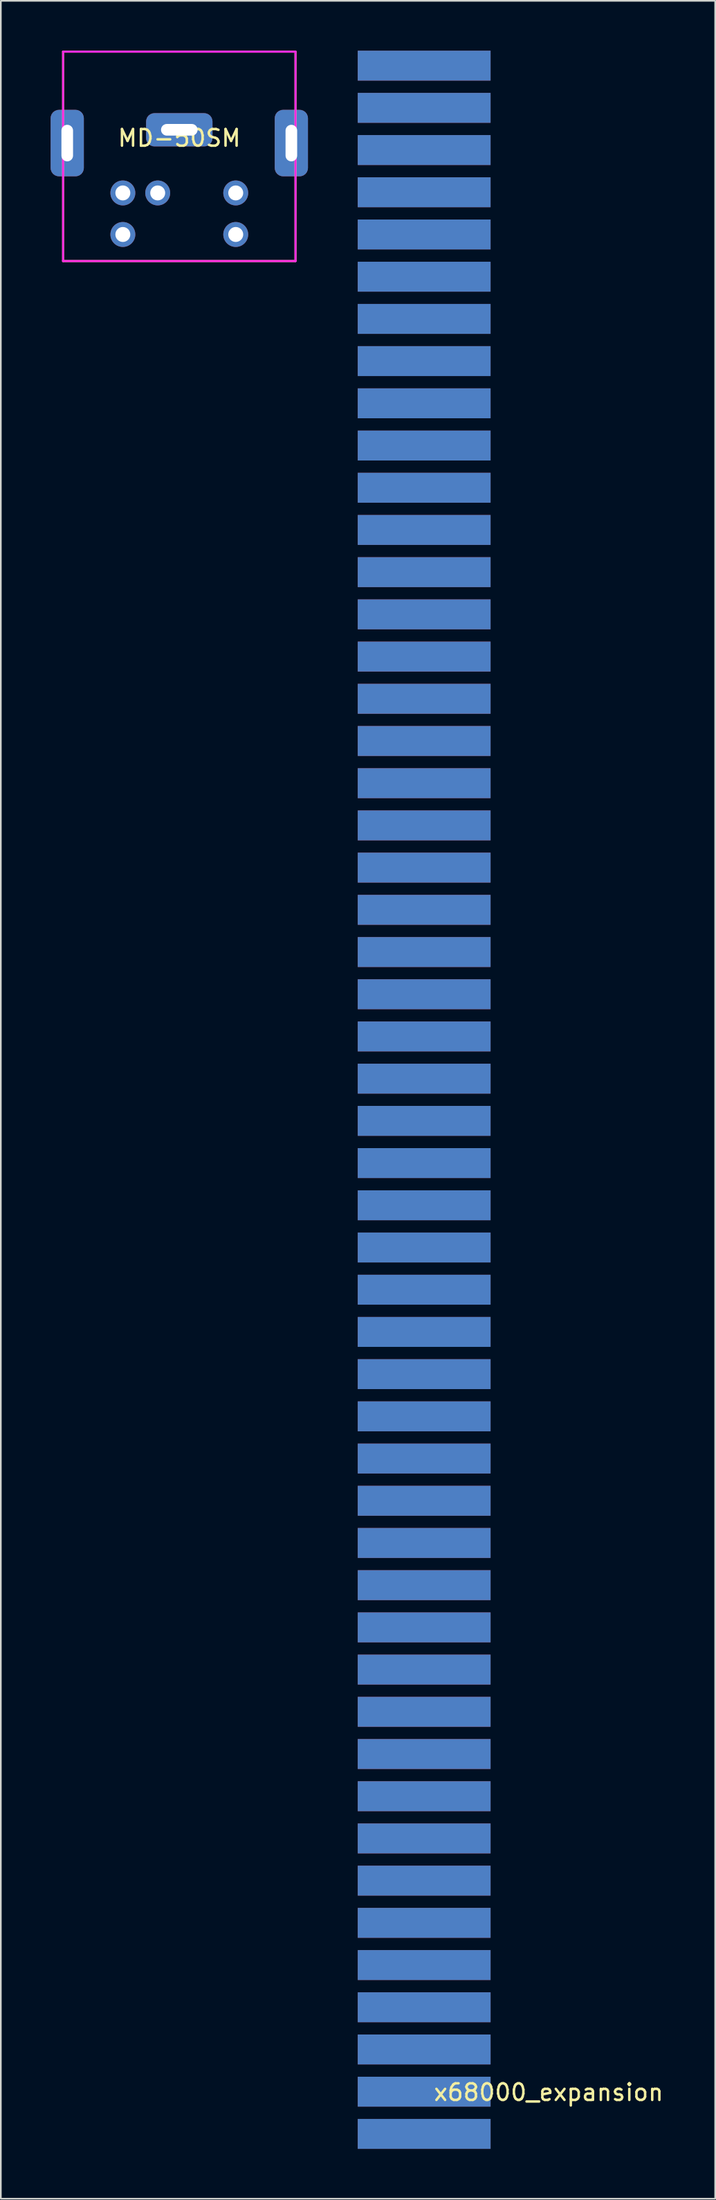
<source format=kicad_pcb>
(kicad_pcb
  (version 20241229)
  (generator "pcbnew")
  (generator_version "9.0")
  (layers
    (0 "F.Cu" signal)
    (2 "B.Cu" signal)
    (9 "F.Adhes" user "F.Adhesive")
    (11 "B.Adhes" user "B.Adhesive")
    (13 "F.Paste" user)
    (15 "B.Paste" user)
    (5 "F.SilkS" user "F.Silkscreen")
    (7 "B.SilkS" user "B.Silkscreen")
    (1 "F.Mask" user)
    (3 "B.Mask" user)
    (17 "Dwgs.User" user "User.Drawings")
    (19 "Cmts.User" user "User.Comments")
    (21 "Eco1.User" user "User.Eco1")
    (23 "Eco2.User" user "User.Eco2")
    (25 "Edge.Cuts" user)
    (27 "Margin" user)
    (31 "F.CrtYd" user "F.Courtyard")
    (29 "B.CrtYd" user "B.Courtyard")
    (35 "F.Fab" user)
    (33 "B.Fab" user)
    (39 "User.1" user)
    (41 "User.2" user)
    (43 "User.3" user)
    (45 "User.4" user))
  (footprint "MD-50SM"
    (layer "F.Cu")
    (at 7.75 4.76)
    (property "Reference" "MD-50SM" (at 0 0.5 0) (unlocked yes) (layer "F.SilkS") (effects (font (size 1 1) (thickness 0.15))))
    (attr through_hole)
    (fp_line (start -7 -4.7) (end -7 7.9) (stroke (width 0.12) (type solid)) (layer "F.SilkS"))
    (fp_line (start -7 7.9) (end 7 7.9) (stroke (width 0.12) (type solid)) (layer "F.SilkS"))
    (fp_line (start 7 -4.7) (end -7 -4.7) (stroke (width 0.12) (type solid)) (layer "F.SilkS"))
    (fp_line (start 7 7.9) (end 7 -4.7) (stroke (width 0.12) (type solid)) (layer "F.SilkS"))
    (fp_line (start -7 -4.7) (end -7 7.9) (stroke (width 0.12) (type solid)) (layer "F.CrtYd"))
    (fp_line (start -7 -4.7) (end 7 -4.7) (stroke (width 0.12) (type solid)) (layer "F.CrtYd"))
    (fp_line (start -7 7.9) (end 7 7.9) (stroke (width 0.12) (type solid)) (layer "F.CrtYd"))
    (fp_line (start 7 7.9) (end 7 -4.7) (stroke (width 0.12) (type solid)) (layer "F.CrtYd"))
    (pad "0" thru_hole roundrect (at -6.75 0.8) (size 2 4) (drill oval 0.7 2.2) (layers "*.Cu" "*.Mask") (roundrect_rratio 0.25))
    (pad "0" thru_hole roundrect (at 0 0) (size 4 2) (drill oval 2.2 0.7) (layers "*.Cu" "*.Mask") (roundrect_rratio 0.25))
    (pad "0" thru_hole roundrect (at 6.75 0.8) (size 2 4) (drill oval 0.7 2.2) (layers "*.Cu" "*.Mask") (roundrect_rratio 0.25))
    (pad "1" thru_hole circle (at -1.3 3.8) (size 1.5 1.5) (drill 0.9) (layers "*.Cu" "*.Mask"))
    (pad "2" thru_hole circle (at -3.4 3.8) (size 1.5 1.5) (drill 0.9) (layers "*.Cu" "*.Mask"))
    (pad "3" thru_hole circle (at 3.4 3.8) (size 1.5 1.5) (drill 0.9) (layers "*.Cu" "*.Mask"))
    (pad "4" thru_hole circle (at -3.4 6.3) (size 1.5 1.5) (drill 0.9) (layers "*.Cu" "*.Mask"))
    (pad "5" thru_hole circle (at 3.4 6.3) (size 1.5 1.5) (drill 0.9) (layers "*.Cu" "*.Mask")))
  (footprint "x68000_expansion"
    (layer "F.Cu")
    (at 22.5 125.36)
    (property "Reference" "x68000_expansion" (at 7.5 -2.5 0) (layer "F.SilkS") (effects (font (size 1 1) (thickness 0.15))))
    (attr through_hole)
    (pad "A1" connect rect (at 0 0) (size 8 1.8) (layers "F.Cu" "F.Mask"))
    (pad "A2" connect rect (at 0 -2.54) (size 8 1.8) (layers "F.Cu" "F.Mask"))
    (pad "A3" connect rect (at 0 -5.08) (size 8 1.8) (layers "F.Cu" "F.Mask"))
    (pad "A4" connect rect (at 0 -7.62) (size 8 1.8) (layers "F.Cu" "F.Mask"))
    (pad "A5" connect rect (at 0 -10.16) (size 8 1.8) (layers "F.Cu" "F.Mask"))
    (pad "A6" connect rect (at 0 -12.7) (size 8 1.8) (layers "F.Cu" "F.Mask"))
    (pad "A7" connect rect (at 0 -15.24) (size 8 1.8) (layers "F.Cu" "F.Mask"))
    (pad "A8" connect rect (at 0 -17.78) (size 8 1.8) (layers "F.Cu" "F.Mask"))
    (pad "A9" connect rect (at 0 -20.32) (size 8 1.8) (layers "F.Cu" "F.Mask"))
    (pad "A10" connect rect (at 0 -22.86) (size 8 1.8) (layers "F.Cu" "F.Mask"))
    (pad "A11" connect rect (at 0 -25.4) (size 8 1.8) (layers "F.Cu" "F.Mask"))
    (pad "A12" connect rect (at 0 -27.94) (size 8 1.8) (layers "F.Cu" "F.Mask"))
    (pad "A13" connect rect (at 0 -30.48) (size 8 1.8) (layers "F.Cu" "F.Mask"))
    (pad "A14" connect rect (at 0 -33.02) (size 8 1.8) (layers "F.Cu" "F.Mask"))
    (pad "A15" connect rect (at 0 -35.56) (size 8 1.8) (layers "F.Cu" "F.Mask"))
    (pad "A16" connect rect (at 0 -38.1) (size 8 1.8) (layers "F.Cu" "F.Mask"))
    (pad "A17" connect rect (at 0 -40.64) (size 8 1.8) (layers "F.Cu" "F.Mask"))
    (pad "A18" connect rect (at 0 -43.18) (size 8 1.8) (layers "F.Cu" "F.Mask"))
    (pad "A19" connect rect (at 0 -45.72) (size 8 1.8) (layers "F.Cu" "F.Mask"))
    (pad "A20" connect rect (at 0 -48.26) (size 8 1.8) (layers "F.Cu" "F.Mask"))
    (pad "A21" connect rect (at 0 -50.8) (size 8 1.8) (layers "F.Cu" "F.Mask"))
    (pad "A22" connect rect (at 0 -53.34) (size 8 1.8) (layers "F.Cu" "F.Mask"))
    (pad "A23" connect rect (at 0 -55.88) (size 8 1.8) (layers "F.Cu" "F.Mask"))
    (pad "A24" connect rect (at 0 -58.42) (size 8 1.8) (layers "F.Cu" "F.Mask"))
    (pad "A25" connect rect (at 0 -60.96) (size 8 1.8) (layers "F.Cu" "F.Mask"))
    (pad "A26" connect rect (at 0 -63.5) (size 8 1.8) (layers "F.Cu" "F.Mask"))
    (pad "A27" connect rect (at 0 -66.04) (size 8 1.8) (layers "F.Cu" "F.Mask"))
    (pad "A28" connect rect (at 0 -68.58) (size 8 1.8) (layers "F.Cu" "F.Mask"))
    (pad "A29" connect rect (at 0 -71.12) (size 8 1.8) (layers "F.Cu" "F.Mask"))
    (pad "A30" connect rect (at 0 -73.66) (size 8 1.8) (layers "F.Cu" "F.Mask"))
    (pad "A31" connect rect (at 0 -76.2) (size 8 1.8) (layers "F.Cu" "F.Mask"))
    (pad "A32" connect rect (at 0 -78.74) (size 8 1.8) (layers "F.Cu" "F.Mask"))
    (pad "A33" connect rect (at 0 -81.28) (size 8 1.8) (layers "F.Cu" "F.Mask"))
    (pad "A34" connect rect (at 0 -83.82) (size 8 1.8) (layers "F.Cu" "F.Mask"))
    (pad "A35" connect rect (at 0 -86.36) (size 8 1.8) (layers "F.Cu" "F.Mask"))
    (pad "A36" connect rect (at 0 -88.9) (size 8 1.8) (layers "F.Cu" "F.Mask"))
    (pad "A37" connect rect (at 0 -91.44) (size 8 1.8) (layers "F.Cu" "F.Mask"))
    (pad "A38" connect rect (at 0 -93.98) (size 8 1.8) (layers "F.Cu" "F.Mask"))
    (pad "A39" connect rect (at 0 -96.52) (size 8 1.8) (layers "F.Cu" "F.Mask"))
    (pad "A40" connect rect (at 0 -99.06) (size 8 1.8) (layers "F.Cu" "F.Mask"))
    (pad "A41" connect rect (at 0 -101.6) (size 8 1.8) (layers "F.Cu" "F.Mask"))
    (pad "A42" connect rect (at 0 -104.14) (size 8 1.8) (layers "F.Cu" "F.Mask"))
    (pad "A43" connect rect (at 0 -106.68) (size 8 1.8) (layers "F.Cu" "F.Mask"))
    (pad "A44" connect rect (at 0 -109.22) (size 8 1.8) (layers "F.Cu" "F.Mask"))
    (pad "A45" connect rect (at 0 -111.76) (size 8 1.8) (layers "F.Cu" "F.Mask"))
    (pad "A46" connect rect (at 0 -114.3) (size 8 1.8) (layers "F.Cu" "F.Mask"))
    (pad "A47" connect rect (at 0 -116.84) (size 8 1.8) (layers "F.Cu" "F.Mask"))
    (pad "A48" connect rect (at 0 -119.38) (size 8 1.8) (layers "F.Cu" "F.Mask"))
    (pad "A49" connect rect (at 0 -121.92) (size 8 1.8) (layers "F.Cu" "F.Mask"))
    (pad "A50" connect rect (at 0 -124.46) (size 8 1.8) (layers "F.Cu" "F.Mask"))
    (pad "B1" connect rect (at 0 0) (size 8 1.8) (layers "B.Cu" "B.Mask"))
    (pad "B2" connect rect (at 0 -2.54) (size 8 1.8) (layers "B.Cu" "B.Mask"))
    (pad "B3" connect rect (at 0 -5.08) (size 8 1.8) (layers "B.Cu" "B.Mask"))
    (pad "B4" connect rect (at 0 -7.62) (size 8 1.8) (layers "B.Cu" "B.Mask"))
    (pad "B5" connect rect (at 0 -10.16) (size 8 1.8) (layers "B.Cu" "B.Mask"))
    (pad "B6" connect rect (at 0 -12.7) (size 8 1.8) (layers "B.Cu" "B.Mask"))
    (pad "B7" connect rect (at 0 -15.24) (size 8 1.8) (layers "B.Cu" "B.Mask"))
    (pad "B8" connect rect (at 0 -17.78) (size 8 1.8) (layers "B.Cu" "B.Mask"))
    (pad "B9" connect rect (at 0 -20.32) (size 8 1.8) (layers "B.Cu" "B.Mask"))
    (pad "B10" connect rect (at 0 -22.86) (size 8 1.8) (layers "B.Cu" "B.Mask"))
    (pad "B11" connect rect (at 0 -25.4) (size 8 1.8) (layers "B.Cu" "B.Mask"))
    (pad "B12" connect rect (at 0 -27.94) (size 8 1.8) (layers "B.Cu" "B.Mask"))
    (pad "B13" connect rect (at 0 -30.48) (size 8 1.8) (layers "B.Cu" "B.Mask"))
    (pad "B14" connect rect (at 0 -33.02) (size 8 1.8) (layers "B.Cu" "B.Mask"))
    (pad "B15" connect rect (at 0 -35.56) (size 8 1.8) (layers "B.Cu" "B.Mask"))
    (pad "B16" connect rect (at 0 -38.1) (size 8 1.8) (layers "B.Cu" "B.Mask"))
    (pad "B17" connect rect (at 0 -40.64) (size 8 1.8) (layers "B.Cu" "B.Mask"))
    (pad "B18" connect rect (at 0 -43.18) (size 8 1.8) (layers "B.Cu" "B.Mask"))
    (pad "B19" connect rect (at 0 -45.72) (size 8 1.8) (layers "B.Cu" "B.Mask"))
    (pad "B20" connect rect (at 0 -48.26) (size 8 1.8) (layers "B.Cu" "B.Mask"))
    (pad "B21" connect rect (at 0 -50.8) (size 8 1.8) (layers "B.Cu" "B.Mask"))
    (pad "B22" connect rect (at 0 -53.34) (size 8 1.8) (layers "B.Cu" "B.Mask"))
    (pad "B23" connect rect (at 0 -55.88) (size 8 1.8) (layers "B.Cu" "B.Mask"))
    (pad "B24" connect rect (at 0 -58.42) (size 8 1.8) (layers "B.Cu" "B.Mask"))
    (pad "B25" connect rect (at 0 -60.96) (size 8 1.8) (layers "B.Cu" "B.Mask"))
    (pad "B26" connect rect (at 0 -63.5) (size 8 1.8) (layers "B.Cu" "B.Mask"))
    (pad "B27" connect rect (at 0 -66.04) (size 8 1.8) (layers "B.Cu" "B.Mask"))
    (pad "B28" connect rect (at 0 -68.58) (size 8 1.8) (layers "B.Cu" "B.Mask"))
    (pad "B29" connect rect (at 0 -71.12) (size 8 1.8) (layers "B.Cu" "B.Mask"))
    (pad "B30" connect rect (at 0 -73.66) (size 8 1.8) (layers "B.Cu" "B.Mask"))
    (pad "B31" connect rect (at 0 -76.2) (size 8 1.8) (layers "B.Cu" "B.Mask"))
    (pad "B32" connect rect (at 0 -78.74) (size 8 1.8) (layers "B.Cu" "B.Mask"))
    (pad "B33" connect rect (at 0 -81.28) (size 8 1.8) (layers "B.Cu" "B.Mask"))
    (pad "B34" connect rect (at 0 -83.82) (size 8 1.8) (layers "B.Cu" "B.Mask"))
    (pad "B35" connect rect (at 0 -86.36) (size 8 1.8) (layers "B.Cu" "B.Mask"))
    (pad "B36" connect rect (at 0 -88.9) (size 8 1.8) (layers "B.Cu" "B.Mask"))
    (pad "B37" connect rect (at 0 -91.44) (size 8 1.8) (layers "B.Cu" "B.Mask"))
    (pad "B38" connect rect (at 0 -93.98) (size 8 1.8) (layers "B.Cu" "B.Mask"))
    (pad "B39" connect rect (at 0 -96.52) (size 8 1.8) (layers "B.Cu" "B.Mask"))
    (pad "B40" connect rect (at 0 -99.06) (size 8 1.8) (layers "B.Cu" "B.Mask"))
    (pad "B41" connect rect (at 0 -101.6) (size 8 1.8) (layers "B.Cu" "B.Mask"))
    (pad "B42" connect rect (at 0 -104.14) (size 8 1.8) (layers "B.Cu" "B.Mask"))
    (pad "B43" connect rect (at 0 -106.68) (size 8 1.8) (layers "B.Cu" "B.Mask"))
    (pad "B44" connect rect (at 0 -109.22) (size 8 1.8) (layers "B.Cu" "B.Mask"))
    (pad "B45" connect rect (at 0 -111.76) (size 8 1.8) (layers "B.Cu" "B.Mask"))
    (pad "B46" connect rect (at 0 -114.3) (size 8 1.8) (layers "B.Cu" "B.Mask"))
    (pad "B47" connect rect (at 0 -116.84) (size 8 1.8) (layers "B.Cu" "B.Mask"))
    (pad "B48" connect rect (at 0 -119.38) (size 8 1.8) (layers "B.Cu" "B.Mask"))
    (pad "B49" connect rect (at 0 -121.92) (size 8 1.8) (layers "B.Cu" "B.Mask"))
    (pad "B50" connect rect (at 0 -124.46) (size 8 1.8) (layers "B.Cu" "B.Mask")))
  (gr_rect
    (start -3 -3)
    (end 40.03 129.26)
    (stroke (width 0.1) (type default))
    (fill no)
    (layer "Edge.Cuts")))
</source>
